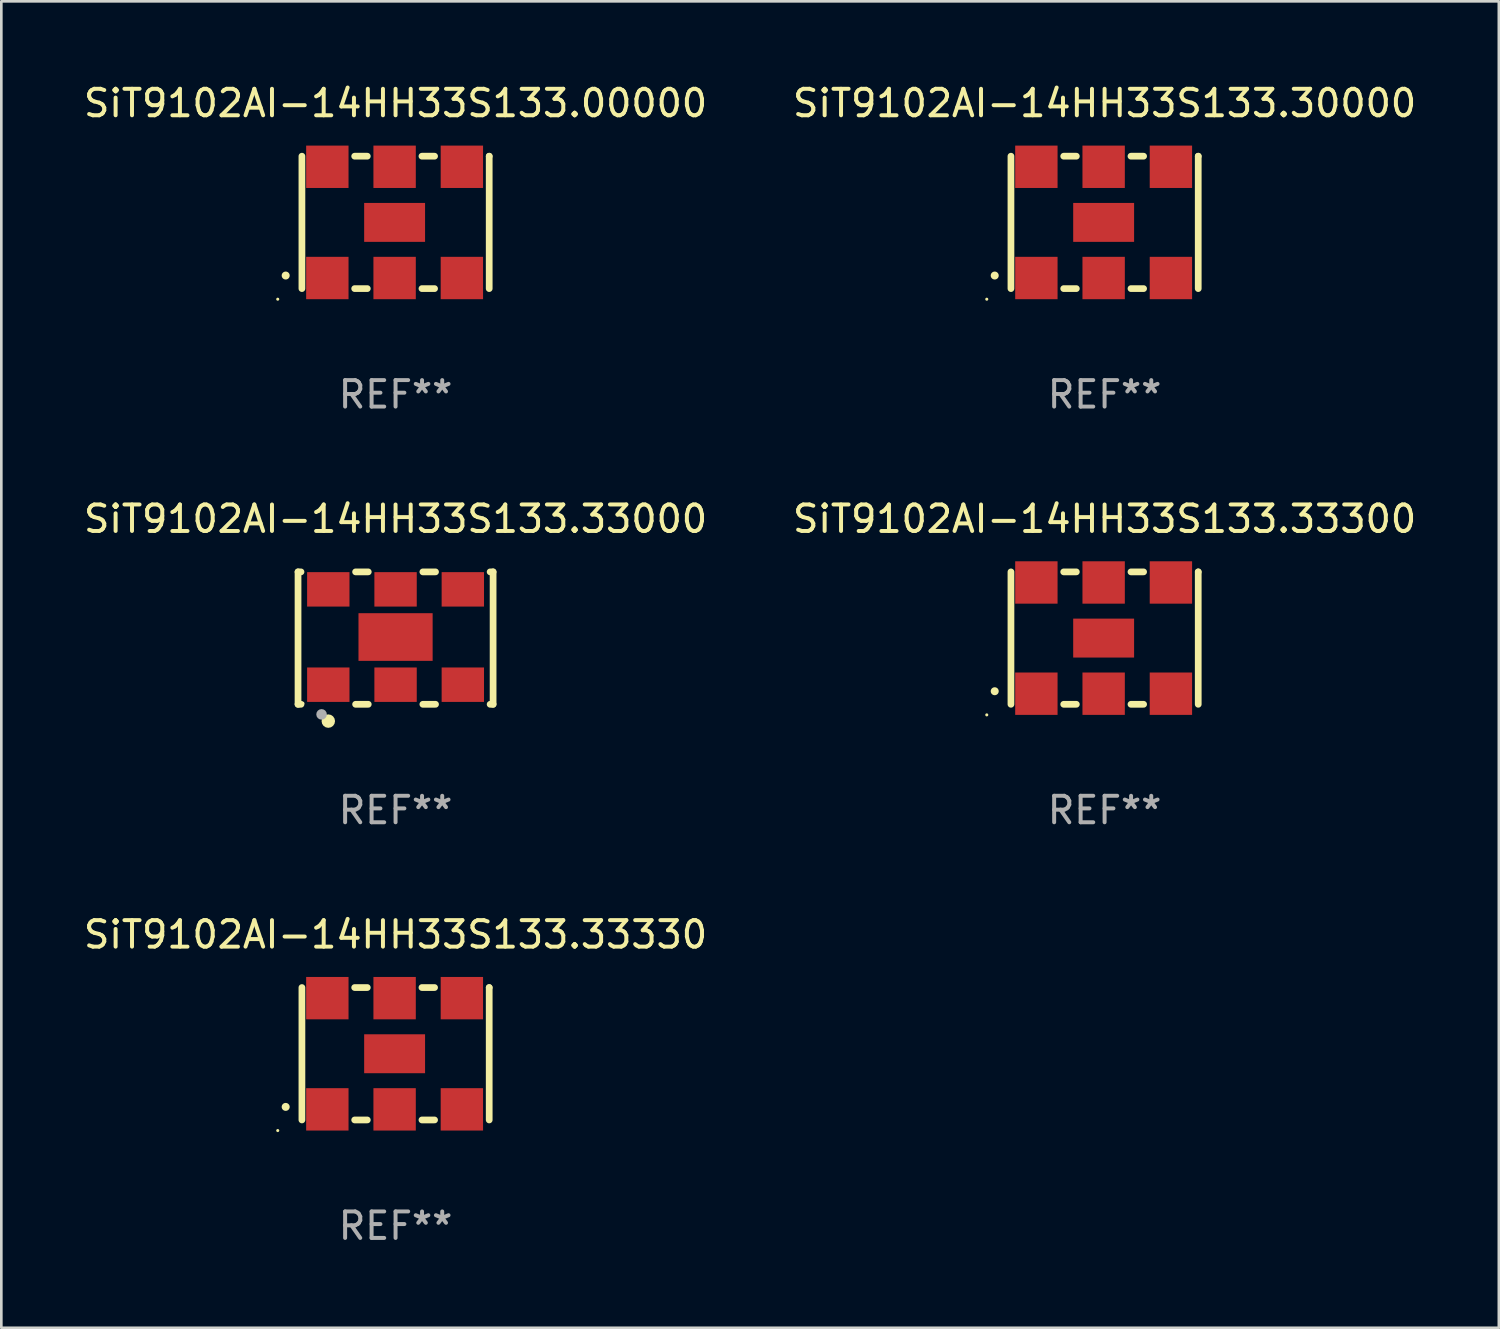
<source format=kicad_pcb>
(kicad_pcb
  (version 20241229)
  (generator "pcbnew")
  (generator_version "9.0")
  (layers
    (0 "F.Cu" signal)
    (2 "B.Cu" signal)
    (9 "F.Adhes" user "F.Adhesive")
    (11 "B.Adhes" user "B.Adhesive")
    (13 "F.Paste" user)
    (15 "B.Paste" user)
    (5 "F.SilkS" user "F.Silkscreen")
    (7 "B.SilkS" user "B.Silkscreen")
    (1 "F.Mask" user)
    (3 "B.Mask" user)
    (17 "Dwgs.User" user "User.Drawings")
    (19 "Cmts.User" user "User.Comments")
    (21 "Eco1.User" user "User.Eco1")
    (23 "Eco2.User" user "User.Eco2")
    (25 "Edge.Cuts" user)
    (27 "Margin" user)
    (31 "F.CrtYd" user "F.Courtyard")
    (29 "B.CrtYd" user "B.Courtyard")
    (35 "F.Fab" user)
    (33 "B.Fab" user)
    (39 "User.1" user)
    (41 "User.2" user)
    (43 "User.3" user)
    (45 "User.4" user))
  (footprint "SiT9102AI-14HH33S133.00000"
    (layer "F.Cu")
    (at 11.887 5.348)
    (property "Reference" "SiT9102AI-14HH33S133.00000" (at 0 -4.5 0) (layer "F.SilkS") (effects (font (size 1 1) (thickness 0.15))))
    (attr through_hole)
    (fp_line (start -3.536 -2.5) (end -3.536 2.5) (stroke (width 0.254) (type solid)) (layer "F.SilkS"))
    (fp_line (start -1.544 2.5) (end -1.067 2.5) (stroke (width 0.254) (type solid)) (layer "F.SilkS"))
    (fp_line (start -1.067 -2.5) (end -1.544 -2.5) (stroke (width 0.254) (type solid)) (layer "F.SilkS"))
    (fp_line (start 0.996 2.5) (end 1.473 2.5) (stroke (width 0.254) (type solid)) (layer "F.SilkS"))
    (fp_line (start 1.473 -2.5) (end 0.996 -2.5) (stroke (width 0.254) (type solid)) (layer "F.SilkS"))
    (fp_line (start 3.536 -2.5) (end 3.536 -2.5) (stroke (width 0.254) (type solid)) (layer "F.SilkS"))
    (fp_line (start 3.536 2.5) (end 3.536 -2.5) (stroke (width 0.254) (type solid)) (layer "F.SilkS"))
    (fp_arc (start -4.150432 2.006604) (mid -4.149162 2.006599) (end -4.147892 2.006604) (stroke (width 0.3) (type solid)) (layer "F.SilkS"))
    (fp_circle (center -4.449 2.9) (end -4.419 2.9) (stroke (width 0.06) (type solid)) (fill no) (layer "F.SilkS"))
    (fp_text user "REF**" (at 0 6.5 0) (layer "F.Fab") (effects (font (size 1 1) (thickness 0.15))))
    (pad "1" smd rect (at -2.576 2.1) (size 1.6 1.6) (layers "F.Cu" "F.Mask" "F.Paste"))
    (pad "2" smd rect (at -0.036 2.1) (size 1.6 1.6) (layers "F.Cu" "F.Mask" "F.Paste"))
    (pad "3" smd rect (at 2.504 2.1) (size 1.6 1.6) (layers "F.Cu" "F.Mask" "F.Paste"))
    (pad "4" smd rect (at 2.504 -2.1) (size 1.6 1.6) (layers "F.Cu" "F.Mask" "F.Paste"))
    (pad "5" smd rect (at -0.036 -2.1) (size 1.6 1.6) (layers "F.Cu" "F.Mask" "F.Paste"))
    (pad "6" smd rect (at -2.576 -2.1) (size 1.6 1.6) (layers "F.Cu" "F.Mask" "F.Paste"))
    (pad "7" smd rect (at -0.036 0) (size 2.3 1.47) (layers "F.Cu" "F.Mask" "F.Paste")))
  (footprint "SiT9102AI-14HH33S133.33300"
    (layer "F.Cu")
    (at 38.661 21.045)
    (property "Reference" "SiT9102AI-14HH33S133.33300" (at 0 -4.5 0) (layer "F.SilkS") (effects (font (size 1 1) (thickness 0.15))))
    (attr through_hole)
    (fp_line (start -3.536 -2.5) (end -3.536 2.5) (stroke (width 0.254) (type solid)) (layer "F.SilkS"))
    (fp_line (start -1.544 2.5) (end -1.067 2.5) (stroke (width 0.254) (type solid)) (layer "F.SilkS"))
    (fp_line (start -1.067 -2.5) (end -1.544 -2.5) (stroke (width 0.254) (type solid)) (layer "F.SilkS"))
    (fp_line (start 0.996 2.5) (end 1.473 2.5) (stroke (width 0.254) (type solid)) (layer "F.SilkS"))
    (fp_line (start 1.473 -2.5) (end 0.996 -2.5) (stroke (width 0.254) (type solid)) (layer "F.SilkS"))
    (fp_line (start 3.536 -2.5) (end 3.536 -2.5) (stroke (width 0.254) (type solid)) (layer "F.SilkS"))
    (fp_line (start 3.536 2.5) (end 3.536 -2.5) (stroke (width 0.254) (type solid)) (layer "F.SilkS"))
    (fp_arc (start -4.150432 2.006604) (mid -4.149162 2.006599) (end -4.147892 2.006604) (stroke (width 0.3) (type solid)) (layer "F.SilkS"))
    (fp_circle (center -4.449 2.9) (end -4.419 2.9) (stroke (width 0.06) (type solid)) (fill no) (layer "F.SilkS"))
    (fp_text user "REF**" (at 0 6.5 0) (layer "F.Fab") (effects (font (size 1 1) (thickness 0.15))))
    (pad "1" smd rect (at -2.576 2.1) (size 1.6 1.6) (layers "F.Cu" "F.Mask" "F.Paste"))
    (pad "2" smd rect (at -0.036 2.1) (size 1.6 1.6) (layers "F.Cu" "F.Mask" "F.Paste"))
    (pad "3" smd rect (at 2.504 2.1) (size 1.6 1.6) (layers "F.Cu" "F.Mask" "F.Paste"))
    (pad "4" smd rect (at 2.504 -2.1) (size 1.6 1.6) (layers "F.Cu" "F.Mask" "F.Paste"))
    (pad "5" smd rect (at -0.036 -2.1) (size 1.6 1.6) (layers "F.Cu" "F.Mask" "F.Paste"))
    (pad "6" smd rect (at -2.576 -2.1) (size 1.6 1.6) (layers "F.Cu" "F.Mask" "F.Paste"))
    (pad "7" smd rect (at -0.036 0) (size 2.3 1.47) (layers "F.Cu" "F.Mask" "F.Paste")))
  (footprint "SiT9102AI-14HH33S133.30000"
    (layer "F.Cu")
    (at 38.661 5.348)
    (property "Reference" "SiT9102AI-14HH33S133.30000" (at 0 -4.5 0) (layer "F.SilkS") (effects (font (size 1 1) (thickness 0.15))))
    (attr through_hole)
    (fp_line (start -3.536 -2.5) (end -3.536 2.5) (stroke (width 0.254) (type solid)) (layer "F.SilkS"))
    (fp_line (start -1.544 2.5) (end -1.067 2.5) (stroke (width 0.254) (type solid)) (layer "F.SilkS"))
    (fp_line (start -1.067 -2.5) (end -1.544 -2.5) (stroke (width 0.254) (type solid)) (layer "F.SilkS"))
    (fp_line (start 0.996 2.5) (end 1.473 2.5) (stroke (width 0.254) (type solid)) (layer "F.SilkS"))
    (fp_line (start 1.473 -2.5) (end 0.996 -2.5) (stroke (width 0.254) (type solid)) (layer "F.SilkS"))
    (fp_line (start 3.536 -2.5) (end 3.536 -2.5) (stroke (width 0.254) (type solid)) (layer "F.SilkS"))
    (fp_line (start 3.536 2.5) (end 3.536 -2.5) (stroke (width 0.254) (type solid)) (layer "F.SilkS"))
    (fp_arc (start -4.150432 2.006604) (mid -4.149162 2.006599) (end -4.147892 2.006604) (stroke (width 0.3) (type solid)) (layer "F.SilkS"))
    (fp_circle (center -4.449 2.9) (end -4.419 2.9) (stroke (width 0.06) (type solid)) (fill no) (layer "F.SilkS"))
    (fp_text user "REF**" (at 0 6.5 0) (layer "F.Fab") (effects (font (size 1 1) (thickness 0.15))))
    (pad "1" smd rect (at -2.576 2.1) (size 1.6 1.6) (layers "F.Cu" "F.Mask" "F.Paste"))
    (pad "2" smd rect (at -0.036 2.1) (size 1.6 1.6) (layers "F.Cu" "F.Mask" "F.Paste"))
    (pad "3" smd rect (at 2.504 2.1) (size 1.6 1.6) (layers "F.Cu" "F.Mask" "F.Paste"))
    (pad "4" smd rect (at 2.504 -2.1) (size 1.6 1.6) (layers "F.Cu" "F.Mask" "F.Paste"))
    (pad "5" smd rect (at -0.036 -2.1) (size 1.6 1.6) (layers "F.Cu" "F.Mask" "F.Paste"))
    (pad "6" smd rect (at -2.576 -2.1) (size 1.6 1.6) (layers "F.Cu" "F.Mask" "F.Paste"))
    (pad "7" smd rect (at -0.036 0) (size 2.3 1.47) (layers "F.Cu" "F.Mask" "F.Paste")))
  (footprint "SiT9102AI-14HH33S133.33330"
    (layer "F.Cu")
    (at 11.887 36.741)
    (property "Reference" "SiT9102AI-14HH33S133.33330" (at 0 -4.5 0) (layer "F.SilkS") (effects (font (size 1 1) (thickness 0.15))))
    (attr through_hole)
    (fp_line (start -3.536 -2.5) (end -3.536 2.5) (stroke (width 0.254) (type solid)) (layer "F.SilkS"))
    (fp_line (start -1.544 2.5) (end -1.067 2.5) (stroke (width 0.254) (type solid)) (layer "F.SilkS"))
    (fp_line (start -1.067 -2.5) (end -1.544 -2.5) (stroke (width 0.254) (type solid)) (layer "F.SilkS"))
    (fp_line (start 0.996 2.5) (end 1.473 2.5) (stroke (width 0.254) (type solid)) (layer "F.SilkS"))
    (fp_line (start 1.473 -2.5) (end 0.996 -2.5) (stroke (width 0.254) (type solid)) (layer "F.SilkS"))
    (fp_line (start 3.536 -2.5) (end 3.536 -2.5) (stroke (width 0.254) (type solid)) (layer "F.SilkS"))
    (fp_line (start 3.536 2.5) (end 3.536 -2.5) (stroke (width 0.254) (type solid)) (layer "F.SilkS"))
    (fp_arc (start -4.150432 2.006604) (mid -4.149162 2.006599) (end -4.147892 2.006604) (stroke (width 0.3) (type solid)) (layer "F.SilkS"))
    (fp_circle (center -4.449 2.9) (end -4.419 2.9) (stroke (width 0.06) (type solid)) (fill no) (layer "F.SilkS"))
    (fp_text user "REF**" (at 0 6.5 0) (layer "F.Fab") (effects (font (size 1 1) (thickness 0.15))))
    (pad "1" smd rect (at -2.576 2.1) (size 1.6 1.6) (layers "F.Cu" "F.Mask" "F.Paste"))
    (pad "2" smd rect (at -0.036 2.1) (size 1.6 1.6) (layers "F.Cu" "F.Mask" "F.Paste"))
    (pad "3" smd rect (at 2.504 2.1) (size 1.6 1.6) (layers "F.Cu" "F.Mask" "F.Paste"))
    (pad "4" smd rect (at 2.504 -2.1) (size 1.6 1.6) (layers "F.Cu" "F.Mask" "F.Paste"))
    (pad "5" smd rect (at -0.036 -2.1) (size 1.6 1.6) (layers "F.Cu" "F.Mask" "F.Paste"))
    (pad "6" smd rect (at -2.576 -2.1) (size 1.6 1.6) (layers "F.Cu" "F.Mask" "F.Paste"))
    (pad "7" smd rect (at -0.036 0) (size 2.3 1.47) (layers "F.Cu" "F.Mask" "F.Paste")))
  (footprint "SiT9102AI-14HH33S133.33000"
    (layer "F.Cu")
    (at 11.887 21.045)
    (property "Reference" "SiT9102AI-14HH33S133.33000" (at 0 -4.5 0) (layer "F.SilkS") (effects (font (size 1 1) (thickness 0.15))))
    (attr through_hole)
    (fp_line (start -3.683 -2.5) (end -3.571 -2.5) (stroke (width 0.254) (type solid)) (layer "F.SilkS"))
    (fp_line (start -3.683 2.5) (end -3.683 -2.5) (stroke (width 0.254) (type solid)) (layer "F.SilkS"))
    (fp_line (start -3.683 2.5) (end -3.571 2.5) (stroke (width 0.254) (type solid)) (layer "F.SilkS"))
    (fp_line (start -1.509 -2.5) (end -1.031 -2.5) (stroke (width 0.254) (type solid)) (layer "F.SilkS"))
    (fp_line (start -1.509 2.5) (end -1.031 2.5) (stroke (width 0.254) (type solid)) (layer "F.SilkS"))
    (fp_line (start 1.031 -2.5) (end 1.509 -2.5) (stroke (width 0.254) (type solid)) (layer "F.SilkS"))
    (fp_line (start 1.031 2.5) (end 1.509 2.5) (stroke (width 0.254) (type solid)) (layer "F.SilkS"))
    (fp_line (start 3.571 -2.5) (end 3.683 -2.5) (stroke (width 0.254) (type solid)) (layer "F.SilkS"))
    (fp_line (start 3.571 2.5) (end 3.683 2.5) (stroke (width 0.254) (type solid)) (layer "F.SilkS"))
    (fp_line (start 3.683 2.5) (end 3.683 -2.5) (stroke (width 0.254) (type solid)) (layer "F.SilkS"))
    (fp_circle (center -3.5 2.46) (end -3.47 2.46) (stroke (width 0.06) (type solid)) (fill no) (layer "F.SilkS"))
    (fp_circle (center -2.54 3.135) (end -2.413 3.135) (stroke (width 0.254) (type solid)) (fill no) (layer "F.SilkS"))
    (fp_circle (center -2.794 2.881) (end -2.694 2.881) (stroke (width 0.2) (type solid)) (fill no) (layer "F.Fab"))
    (fp_text user "REF**" (at 0 6.5 0) (layer "F.Fab") (effects (font (size 1 1) (thickness 0.15))))
    (pad "1" smd rect (at -2.54 1.76) (size 1.6 1.3) (layers "F.Cu" "F.Mask" "F.Paste"))
    (pad "2" smd rect (at 0 1.76) (size 1.6 1.3) (layers "F.Cu" "F.Mask" "F.Paste"))
    (pad "3" smd rect (at 2.54 1.76) (size 1.6 1.3) (layers "F.Cu" "F.Mask" "F.Paste"))
    (pad "4" smd rect (at 2.54 -1.84) (size 1.6 1.3) (layers "F.Cu" "F.Mask" "F.Paste"))
    (pad "5" smd rect (at 0 -1.84) (size 1.6 1.3) (layers "F.Cu" "F.Mask" "F.Paste"))
    (pad "6" smd rect (at -2.54 -1.84) (size 1.6 1.3) (layers "F.Cu" "F.Mask" "F.Paste"))
    (pad "7" smd rect (at 0 -0.04) (size 2.8 1.8) (layers "F.Cu" "F.Mask" "F.Paste")))
  (gr_rect
    (start -3 -3)
    (end 53.548 47.09)
    (stroke (width 0.1) (type default))
    (fill no)
    (layer "Edge.Cuts")))
</source>
